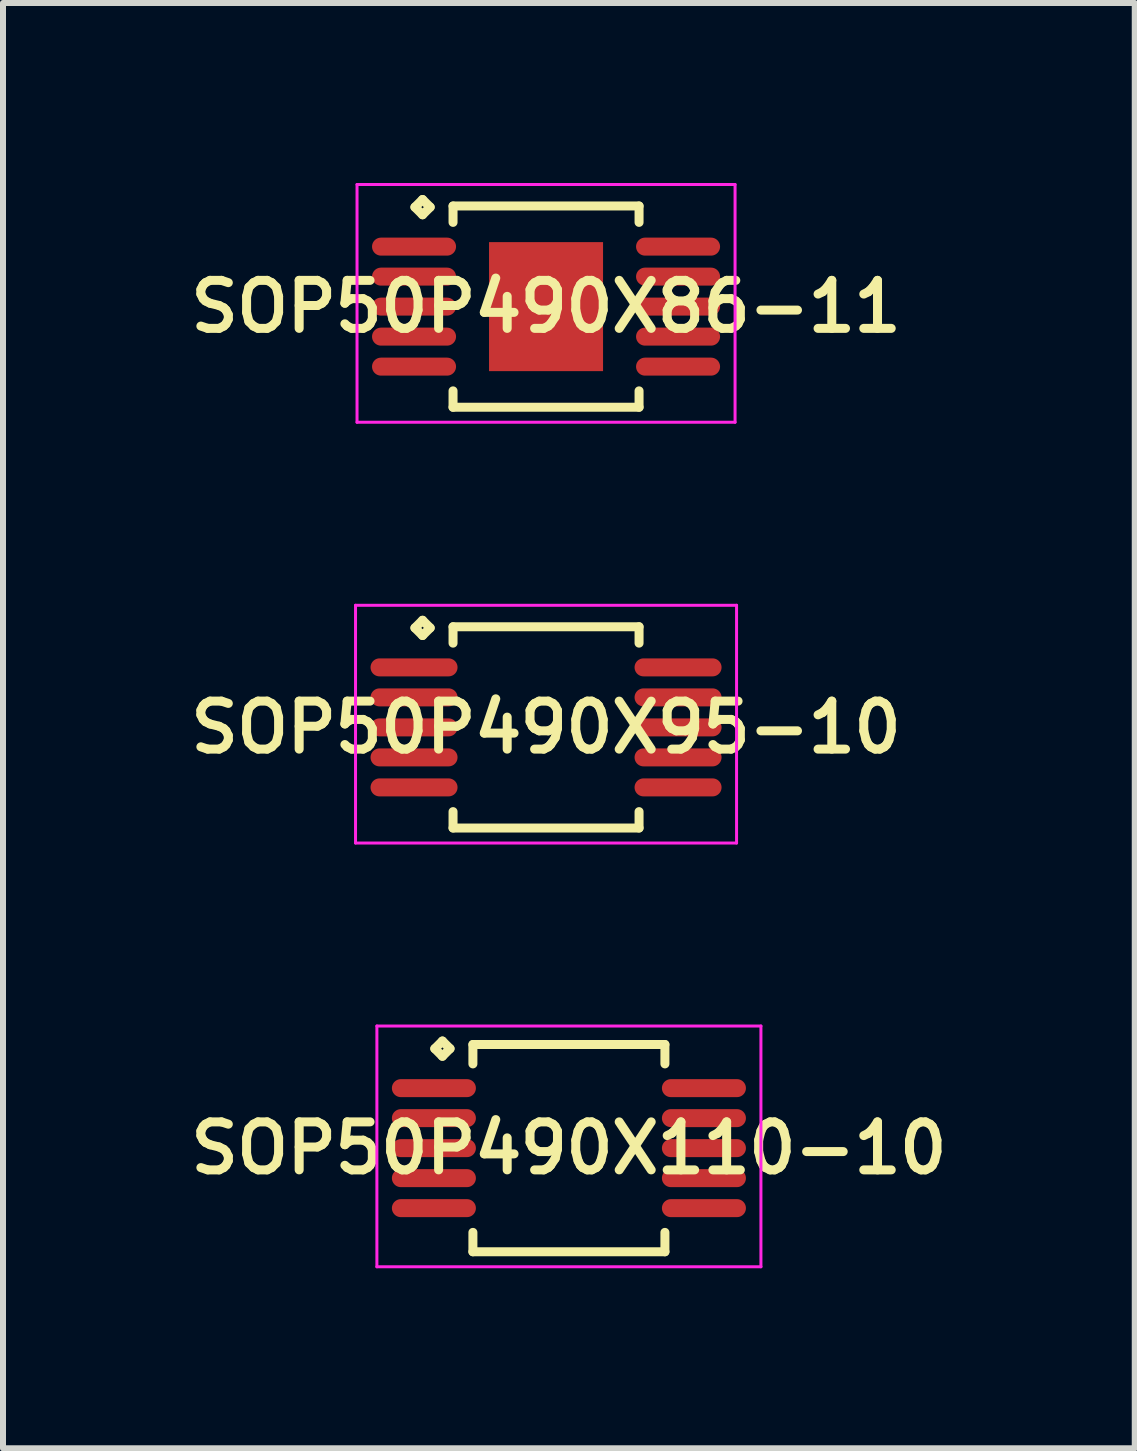
<source format=kicad_pcb>
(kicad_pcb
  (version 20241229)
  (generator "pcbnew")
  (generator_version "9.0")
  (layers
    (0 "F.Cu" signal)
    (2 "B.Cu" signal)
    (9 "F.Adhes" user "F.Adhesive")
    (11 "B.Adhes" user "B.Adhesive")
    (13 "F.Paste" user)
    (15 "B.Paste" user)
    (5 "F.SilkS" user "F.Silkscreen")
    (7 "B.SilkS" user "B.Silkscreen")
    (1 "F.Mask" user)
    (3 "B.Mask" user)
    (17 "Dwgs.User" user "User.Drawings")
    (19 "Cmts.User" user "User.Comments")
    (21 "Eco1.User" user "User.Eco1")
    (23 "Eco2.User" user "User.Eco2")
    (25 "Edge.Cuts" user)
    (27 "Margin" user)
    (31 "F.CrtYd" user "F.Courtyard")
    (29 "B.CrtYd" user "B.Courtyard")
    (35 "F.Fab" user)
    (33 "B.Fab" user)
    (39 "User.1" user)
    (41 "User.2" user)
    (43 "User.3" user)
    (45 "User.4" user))
  (footprint "SOP50P490X95-10"
    (layer "F.Cu")
    (at 6.05 9.072)
    (property "Reference" "SOP50P490X95-10" (at 0 0 0) (layer "F.SilkS") (effects (font (size 0.8 0.8) (thickness 0.15))))
    (attr smd)
    (fp_line (start -2.185 -1.658) (end -2.058 -1.785) (stroke (width 0.15) (type solid)) (layer "F.SilkS"))
    (fp_line (start -2.058 -1.785) (end -1.931 -1.658) (stroke (width 0.15) (type solid)) (layer "F.SilkS"))
    (fp_line (start -2.058 -1.531) (end -2.185 -1.658) (stroke (width 0.15) (type solid)) (layer "F.SilkS"))
    (fp_line (start -1.931 -1.658) (end -2.058 -1.531) (stroke (width 0.15) (type solid)) (layer "F.SilkS"))
    (fp_line (start -1.55 -1.677) (end 1.55 -1.677) (stroke (width 0.15) (type solid)) (layer "F.SilkS"))
    (fp_line (start -1.55 -1.404) (end -1.55 -1.677) (stroke (width 0.15) (type solid)) (layer "F.SilkS"))
    (fp_line (start -1.55 1.404) (end -1.55 1.677) (stroke (width 0.15) (type solid)) (layer "F.SilkS"))
    (fp_line (start -1.55 1.677) (end 1.55 1.677) (stroke (width 0.15) (type solid)) (layer "F.SilkS"))
    (fp_line (start 1.55 -1.677) (end 1.55 -1.404) (stroke (width 0.15) (type solid)) (layer "F.SilkS"))
    (fp_line (start 1.55 1.677) (end 1.55 1.404) (stroke (width 0.15) (type solid)) (layer "F.SilkS"))
    (fp_line (start -3.175 -2.035) (end 3.175 -2.035) (stroke (width 0.05) (type solid)) (layer "F.CrtYd"))
    (fp_line (start -3.175 1.927) (end -3.175 -2.035) (stroke (width 0.05) (type solid)) (layer "F.CrtYd"))
    (fp_line (start 3.175 -2.035) (end 3.175 1.927) (stroke (width 0.05) (type solid)) (layer "F.CrtYd"))
    (fp_line (start 3.175 1.927) (end -3.175 1.927) (stroke (width 0.05) (type solid)) (layer "F.CrtYd"))
    (pad "1" smd oval (at -2.2 -1) (size 1.45 0.3) (layers "F.Cu" "F.Mask" "F.Paste"))
    (pad "2" smd oval (at -2.2 -0.5) (size 1.45 0.3) (layers "F.Cu" "F.Mask" "F.Paste"))
    (pad "3" smd oval (at -2.2 0) (size 1.45 0.3) (layers "F.Cu" "F.Mask" "F.Paste"))
    (pad "4" smd oval (at -2.2 0.5) (size 1.45 0.3) (layers "F.Cu" "F.Mask" "F.Paste"))
    (pad "5" smd oval (at -2.2 1) (size 1.45 0.3) (layers "F.Cu" "F.Mask" "F.Paste"))
    (pad "6" smd oval (at 2.2 1) (size 1.45 0.3) (layers "F.Cu" "F.Mask" "F.Paste"))
    (pad "7" smd oval (at 2.2 0.5) (size 1.45 0.3) (layers "F.Cu" "F.Mask" "F.Paste"))
    (pad "8" smd oval (at 2.2 0) (size 1.45 0.3) (layers "F.Cu" "F.Mask" "F.Paste"))
    (pad "9" smd oval (at 2.2 -0.5) (size 1.45 0.3) (layers "F.Cu" "F.Mask" "F.Paste"))
    (pad "10" smd oval (at 2.2 -1) (size 1.45 0.3) (layers "F.Cu" "F.Mask" "F.Paste")))
  (footprint "SOP50P490X110-10"
    (layer "F.Cu")
    (at 6.431 16.084)
    (property "Reference" "SOP50P490X110-10" (at 0 0 0) (layer "F.SilkS") (effects (font (size 0.8 0.8) (thickness 0.15))))
    (attr smd)
    (fp_line (start -2.235 -1.658) (end -2.108 -1.785) (stroke (width 0.15) (type solid)) (layer "F.SilkS"))
    (fp_line (start -2.108 -1.785) (end -1.981 -1.658) (stroke (width 0.15) (type solid)) (layer "F.SilkS"))
    (fp_line (start -2.108 -1.531) (end -2.235 -1.658) (stroke (width 0.15) (type solid)) (layer "F.SilkS"))
    (fp_line (start -1.981 -1.658) (end -2.108 -1.531) (stroke (width 0.15) (type solid)) (layer "F.SilkS"))
    (fp_line (start -1.6 -1.727) (end 1.6 -1.727) (stroke (width 0.15) (type solid)) (layer "F.SilkS"))
    (fp_line (start -1.6 -1.404) (end -1.6 -1.727) (stroke (width 0.15) (type solid)) (layer "F.SilkS"))
    (fp_line (start -1.6 1.404) (end -1.6 1.727) (stroke (width 0.15) (type solid)) (layer "F.SilkS"))
    (fp_line (start -1.6 1.727) (end 1.6 1.727) (stroke (width 0.15) (type solid)) (layer "F.SilkS"))
    (fp_line (start 1.6 -1.727) (end 1.6 -1.404) (stroke (width 0.15) (type solid)) (layer "F.SilkS"))
    (fp_line (start 1.6 1.727) (end 1.6 1.404) (stroke (width 0.15) (type solid)) (layer "F.SilkS"))
    (fp_line (start -3.2 -2.035) (end 3.2 -2.035) (stroke (width 0.05) (type solid)) (layer "F.CrtYd"))
    (fp_line (start -3.2 1.977) (end -3.2 -2.035) (stroke (width 0.05) (type solid)) (layer "F.CrtYd"))
    (fp_line (start 3.2 -2.035) (end 3.2 1.977) (stroke (width 0.05) (type solid)) (layer "F.CrtYd"))
    (fp_line (start 3.2 1.977) (end -3.2 1.977) (stroke (width 0.05) (type solid)) (layer "F.CrtYd"))
    (pad "1" smd oval (at -2.25 -1) (size 1.4 0.3) (layers "F.Cu" "F.Mask" "F.Paste"))
    (pad "2" smd oval (at -2.25 -0.5) (size 1.4 0.3) (layers "F.Cu" "F.Mask" "F.Paste"))
    (pad "3" smd oval (at -2.25 0) (size 1.4 0.3) (layers "F.Cu" "F.Mask" "F.Paste"))
    (pad "4" smd oval (at -2.25 0.5) (size 1.4 0.3) (layers "F.Cu" "F.Mask" "F.Paste"))
    (pad "5" smd oval (at -2.25 1) (size 1.4 0.3) (layers "F.Cu" "F.Mask" "F.Paste"))
    (pad "6" smd oval (at 2.25 1) (size 1.4 0.3) (layers "F.Cu" "F.Mask" "F.Paste"))
    (pad "7" smd oval (at 2.25 0.5) (size 1.4 0.3) (layers "F.Cu" "F.Mask" "F.Paste"))
    (pad "8" smd oval (at 2.25 0) (size 1.4 0.3) (layers "F.Cu" "F.Mask" "F.Paste"))
    (pad "9" smd oval (at 2.25 -0.5) (size 1.4 0.3) (layers "F.Cu" "F.Mask" "F.Paste"))
    (pad "10" smd oval (at 2.25 -1) (size 1.4 0.3) (layers "F.Cu" "F.Mask" "F.Paste")))
  (footprint "SOP50P490X86-11"
    (layer "F.Cu")
    (at 6.05 2.06)
    (property "Reference" "SOP50P490X86-11" (at 0 0 0) (layer "F.SilkS") (effects (font (size 0.8 0.8) (thickness 0.15))))
    (attr smd)
    (fp_line (start -2.185 -1.658) (end -2.058 -1.785) (stroke (width 0.15) (type solid)) (layer "F.SilkS"))
    (fp_line (start -2.058 -1.785) (end -1.931 -1.658) (stroke (width 0.15) (type solid)) (layer "F.SilkS"))
    (fp_line (start -2.058 -1.531) (end -2.185 -1.658) (stroke (width 0.15) (type solid)) (layer "F.SilkS"))
    (fp_line (start -1.931 -1.658) (end -2.058 -1.531) (stroke (width 0.15) (type solid)) (layer "F.SilkS"))
    (fp_line (start -1.55 -1.677) (end 1.55 -1.677) (stroke (width 0.15) (type solid)) (layer "F.SilkS"))
    (fp_line (start -1.55 -1.404) (end -1.55 -1.677) (stroke (width 0.15) (type solid)) (layer "F.SilkS"))
    (fp_line (start -1.55 1.404) (end -1.55 1.677) (stroke (width 0.15) (type solid)) (layer "F.SilkS"))
    (fp_line (start -1.55 1.677) (end 1.55 1.677) (stroke (width 0.15) (type solid)) (layer "F.SilkS"))
    (fp_line (start 1.55 -1.677) (end 1.55 -1.404) (stroke (width 0.15) (type solid)) (layer "F.SilkS"))
    (fp_line (start 1.55 1.677) (end 1.55 1.404) (stroke (width 0.15) (type solid)) (layer "F.SilkS"))
    (fp_line (start -3.15 -2.035) (end 3.15 -2.035) (stroke (width 0.05) (type solid)) (layer "F.CrtYd"))
    (fp_line (start -3.15 1.927) (end -3.15 -2.035) (stroke (width 0.05) (type solid)) (layer "F.CrtYd"))
    (fp_line (start 3.15 -2.035) (end 3.15 1.927) (stroke (width 0.05) (type solid)) (layer "F.CrtYd"))
    (fp_line (start 3.15 1.927) (end -3.15 1.927) (stroke (width 0.05) (type solid)) (layer "F.CrtYd"))
    (pad "1" smd oval (at -2.2 -1) (size 1.4 0.3) (layers "F.Cu" "F.Mask" "F.Paste"))
    (pad "2" smd oval (at -2.2 -0.5) (size 1.4 0.3) (layers "F.Cu" "F.Mask" "F.Paste"))
    (pad "3" smd oval (at -2.2 0) (size 1.4 0.3) (layers "F.Cu" "F.Mask" "F.Paste"))
    (pad "4" smd oval (at -2.2 0.5) (size 1.4 0.3) (layers "F.Cu" "F.Mask" "F.Paste"))
    (pad "5" smd oval (at -2.2 1) (size 1.4 0.3) (layers "F.Cu" "F.Mask" "F.Paste"))
    (pad "6" smd oval (at 2.2 1) (size 1.4 0.3) (layers "F.Cu" "F.Mask" "F.Paste"))
    (pad "7" smd oval (at 2.2 0.5) (size 1.4 0.3) (layers "F.Cu" "F.Mask" "F.Paste"))
    (pad "8" smd oval (at 2.2 0) (size 1.4 0.3) (layers "F.Cu" "F.Mask" "F.Paste"))
    (pad "9" smd oval (at 2.2 -0.5) (size 1.4 0.3) (layers "F.Cu" "F.Mask" "F.Paste"))
    (pad "10" smd oval (at 2.2 -1) (size 1.4 0.3) (layers "F.Cu" "F.Mask" "F.Paste"))
    (pad "11" smd rect (at 0 0) (size 1.9 2.15) (layers "F.Cu" "F.Mask" "F.Paste")))
  (gr_rect
    (start -3 -3)
    (end 15.861 21.086)
    (stroke (width 0.1) (type default))
    (fill no)
    (layer "Edge.Cuts")))
</source>
